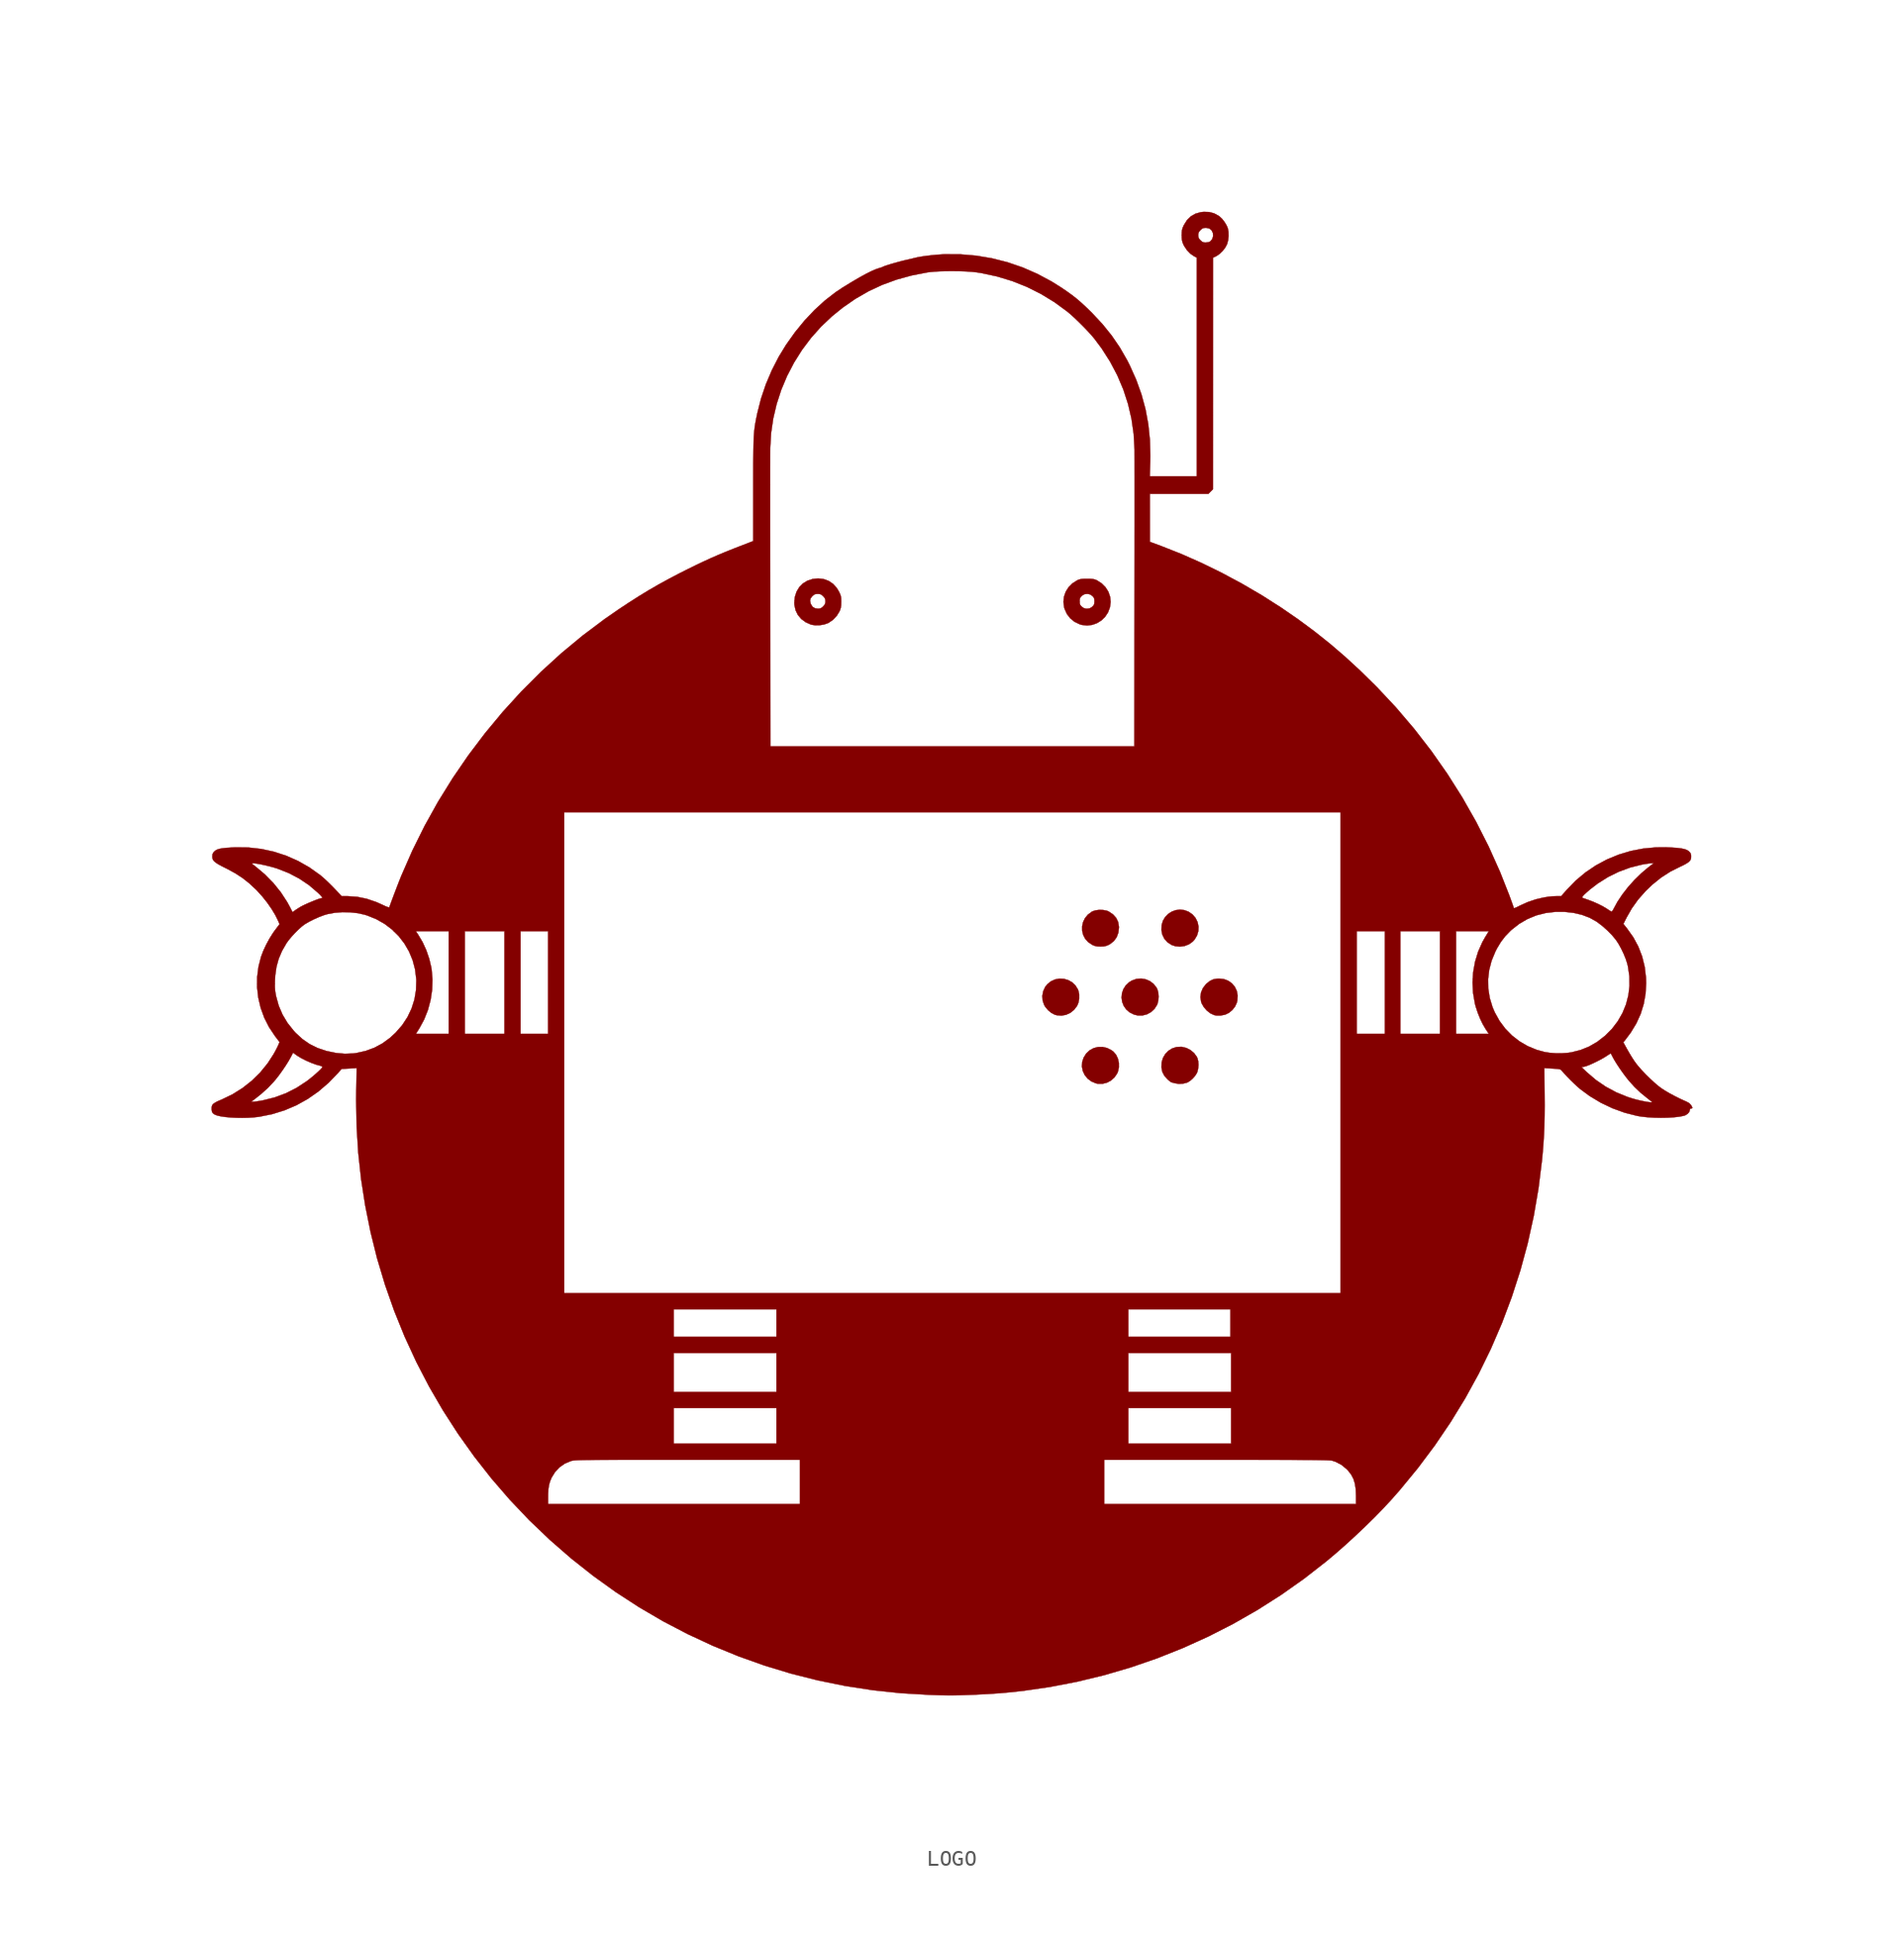
<source format=kicad_sym>
(kicad_symbol_lib
  (version 20220914)
  (generator bitmap2component)
  (symbol "LOGO"
    (pin_names
      (offset 1.016))
    (property "Reference" "#G"
      (at 0 46.179 0)
      (effects (font (size 1.27 1.27)) hide))
    (symbol "LOGO_0_0"
      (polyline (pts (xy 0.046 -46.846) (xy 0.272 -46.843) (xy 0.525 -46.836) (xy 0.824 -46.826) (xy 1.186 -46.813) (xy 1.501 -46.801) (xy 2.303 -46.76) (xy 3.058 -46.708) (xy 3.793 -46.641) (xy 4.537 -46.557) (xy 6.185 -46.319) (xy 7.917 -45.985) (xy 9.629 -45.571) (xy 11.317 -45.076) (xy 12.98 -44.504) (xy 14.613 -43.853) (xy 16.215 -43.127) (xy 17.782 -42.326) (xy 19.31 -41.451) (xy 20.798 -40.504) (xy 22.243 -39.485) (xy 23.64 -38.397) (xy 23.656 -38.384) (xy 24.25 -37.885) (xy 24.867 -37.343) (xy 25.491 -36.772) (xy 26.107 -36.188) (xy 26.699 -35.605) (xy 27.251 -35.039) (xy 27.747 -34.504) (xy 28.293 -33.885) (xy 29.435 -32.498) (xy 30.506 -31.068) (xy 31.503 -29.597) (xy 32.426 -28.087) (xy 33.275 -26.54) (xy 34.048 -24.958) (xy 34.745 -23.342) (xy 35.364 -21.695) (xy 35.906 -20.019) (xy 36.368 -18.316) (xy 36.75 -16.587) (xy 37.051 -14.834) (xy 37.271 -13.06) (xy 37.312 -12.629) (xy 37.36 -12.034) (xy 37.396 -11.451) (xy 37.421 -10.862) (xy 37.435 -10.246) (xy 37.44 -9.586) (xy 37.435 -8.86) (xy 37.416 -7.25) (xy 37.925 -7.278) (xy 38.129 -7.29) (xy 38.28 -7.303) (xy 38.38 -7.32) (xy 38.446 -7.345) (xy 38.494 -7.383) (xy 38.542 -7.438) (xy 38.681 -7.599) (xy 38.871 -7.801) (xy 39.086 -8.019) (xy 39.307 -8.234) (xy 39.515 -8.427) (xy 39.69 -8.577) (xy 40.277 -9.009) (xy 40.979 -9.431) (xy 41.721 -9.784) (xy 42.49 -10.064) (xy 43.276 -10.264) (xy 43.55 -10.31) (xy 43.933 -10.352) (xy 44.348 -10.377) (xy 44.775 -10.386) (xy 45.195 -10.379) (xy 45.59 -10.355) (xy 45.939 -10.315) (xy 46.225 -10.259) (xy 46.317 -10.227) (xy 46.462 -10.137) (xy 46.563 -10.023) (xy 46.602 -9.903) (xy 46.621 -9.82) (xy 46.687 -9.795) (xy 46.731 -9.792) (xy 46.765 -9.768) (xy 46.75 -9.705) (xy 46.684 -9.589) (xy 46.566 -9.46) (xy 46.377 -9.357) (xy 46.3 -9.325) (xy 45.989 -9.183) (xy 45.658 -9.018) (xy 45.333 -8.844) (xy 45.038 -8.672) (xy 44.799 -8.516) (xy 44.624 -8.384) (xy 44.369 -8.168) (xy 44.095 -7.915) (xy 43.82 -7.644) (xy 43.561 -7.371) (xy 43.335 -7.114) (xy 43.161 -6.889) (xy 43.073 -6.761) (xy 42.934 -6.545) (xy 42.791 -6.309) (xy 42.663 -6.087) (xy 42.406 -5.623) (xy 42.511 -5.494) (xy 42.873 -5.011) (xy 43.228 -4.426) (xy 43.501 -3.826) (xy 43.693 -3.206) (xy 43.808 -2.562) (xy 43.846 -1.89) (xy 43.835 -1.529) (xy 43.754 -0.85) (xy 43.593 -0.199) (xy 43.353 0.422) (xy 43.034 1.013) (xy 42.635 1.573) (xy 42.41 1.854) (xy 42.618 2.265) (xy 42.94 2.83) (xy 43.335 3.384) (xy 43.803 3.916) (xy 44.216 4.316) (xy 44.784 4.774) (xy 45.383 5.16) (xy 46.021 5.477) (xy 46.114 5.519) (xy 46.295 5.612) (xy 46.449 5.703) (xy 46.549 5.778) (xy 46.63 5.868) (xy 46.676 5.968) (xy 46.687 6.106) (xy 46.679 6.231) (xy 46.639 6.332) (xy 46.549 6.431) (xy 46.514 6.461) (xy 46.406 6.525) (xy 46.261 6.577) (xy 46.069 6.617) (xy 45.821 6.648) (xy 45.507 6.671) (xy 45.118 6.688) (xy 44.468 6.685) (xy 43.66 6.609) (xy 42.87 6.455) (xy 42.105 6.224) (xy 41.369 5.92) (xy 40.67 5.545) (xy 40.012 5.101) (xy 39.401 4.59) (xy 38.842 4.016) (xy 38.482 3.604) (xy 38.19 3.604) (xy 37.913 3.594) (xy 37.475 3.536) (xy 39.803 3.536) (xy 39.843 3.604) (xy 39.941 3.709) (xy 40.101 3.856) (xy 40.326 4.048) (xy 40.793 4.406) (xy 41.439 4.812) (xy 42.124 5.149) (xy 42.835 5.411) (xy 43.563 5.594) (xy 43.708 5.621) (xy 43.904 5.652) (xy 44.066 5.674) (xy 44.17 5.682) (xy 44.321 5.682) (xy 43.945 5.392) (xy 43.536 5.047) (xy 43.109 4.63) (xy 42.707 4.18) (xy 42.344 3.712) (xy 42.032 3.243) (xy 41.785 2.788) (xy 41.766 2.751) (xy 41.709 2.665) (xy 41.665 2.631) (xy 41.622 2.648) (xy 41.527 2.704) (xy 41.407 2.784) (xy 41.332 2.834) (xy 41.095 2.973) (xy 40.81 3.116) (xy 40.503 3.252) (xy 40.199 3.368) (xy 40.165 3.38) (xy 40.011 3.434) (xy 39.888 3.477) (xy 39.821 3.501) (xy 39.818 3.502) (xy 39.803 3.536) (xy 37.475 3.536) (xy 37.401 3.526) (xy 36.875 3.403) (xy 36.362 3.229) (xy 35.885 3.012) (xy 35.758 2.947) (xy 35.62 2.884) (xy 35.527 2.848) (xy 35.492 2.847) (xy 35.491 2.852) (xy 35.471 2.92) (xy 35.426 3.051) (xy 35.361 3.233) (xy 35.281 3.455) (xy 35.189 3.703) (xy 34.626 5.127) (xy 33.904 6.736) (xy 33.107 8.307) (xy 32.236 9.84) (xy 31.294 11.329) (xy 30.282 12.774) (xy 29.201 14.17) (xy 28.054 15.516) (xy 26.842 16.808) (xy 26.748 16.902) (xy 25.788 17.846) (xy 24.835 18.723) (xy 23.876 19.546) (xy 22.894 20.328) (xy 21.873 21.083) (xy 20.799 21.823) (xy 20.79 21.829) (xy 19.585 22.597) (xy 18.337 23.327) (xy 17.061 24.011) (xy 15.774 24.641) (xy 14.49 25.21) (xy 13.225 25.709) (xy 12.511 25.973) (xy 12.51 27.488) (xy 12.509 29.004) (xy 14.358 29.004) (xy 16.207 29.004) (xy 16.351 29.148) (xy 16.495 29.293) (xy 16.496 36.601) (xy 16.497 43.909) (xy 16.676 43.992) (xy 16.708 44.007) (xy 16.91 44.144) (xy 17.106 44.333) (xy 17.273 44.549) (xy 17.387 44.766) (xy 17.389 44.77) (xy 17.453 45.013) (xy 17.483 45.284) (xy 17.475 45.55) (xy 17.43 45.775) (xy 17.36 45.941) (xy 17.227 46.163) (xy 17.069 46.365) (xy 16.907 46.516) (xy 16.856 46.553) (xy 16.569 46.709) (xy 16.264 46.791) (xy 15.923 46.804) (xy 15.723 46.782) (xy 15.387 46.686) (xy 15.097 46.519) (xy 14.855 46.281) (xy 14.663 45.975) (xy 14.642 45.934) (xy 14.579 45.789) (xy 14.543 45.664) (xy 14.527 45.522) (xy 14.523 45.331) (xy 14.523 45.33) (xy 15.562 45.33) (xy 15.57 45.436) (xy 15.612 45.541) (xy 15.706 45.652) (xy 15.804 45.739) (xy 15.906 45.785) (xy 16.04 45.796) (xy 16.069 45.796) (xy 16.262 45.753) (xy 16.405 45.645) (xy 16.49 45.476) (xy 16.495 45.459) (xy 16.505 45.267) (xy 16.451 45.088) (xy 16.34 44.95) (xy 16.238 44.894) (xy 16.04 44.864) (xy 15.918 44.872) (xy 15.815 44.914) (xy 15.706 45.008) (xy 15.627 45.097) (xy 15.575 45.2) (xy 15.562 45.33) (xy 14.523 45.33) (xy 14.526 45.162) (xy 14.542 45.005) (xy 14.576 44.871) (xy 14.636 44.729) (xy 14.677 44.649) (xy 14.849 44.391) (xy 15.059 44.17) (xy 15.287 44.011) (xy 15.477 43.91) (xy 15.477 37.008) (xy 15.477 30.107) (xy 13.992 30.107) (xy 12.506 30.107) (xy 12.535 31.05) (xy 12.541 31.404) (xy 12.513 32.417) (xy 12.411 33.396) (xy 12.235 34.348) (xy 11.981 35.281) (xy 11.649 36.204) (xy 11.237 37.125) (xy 11.072 37.448) (xy 10.615 38.243) (xy 10.101 38.994) (xy 9.521 39.713) (xy 8.866 40.414) (xy 8.73 40.549) (xy 8.415 40.854) (xy 8.129 41.115) (xy 7.852 41.35) (xy 7.566 41.572) (xy 7.252 41.798) (xy 6.891 42.043) (xy 6.313 42.405) (xy 5.413 42.887) (xy 4.483 43.293) (xy 3.526 43.621) (xy 2.548 43.869) (xy 1.553 44.037) (xy 0.547 44.123) (xy -0.467 44.126) (xy -0.602 44.119) (xy -0.925 44.097) (xy -1.262 44.065) (xy -1.593 44.026) (xy -1.899 43.982) (xy -2.159 43.936) (xy -2.353 43.891) (xy -2.402 43.878) (xy -2.535 43.846) (xy -2.711 43.804) (xy -2.905 43.76) (xy -3.07 43.721) (xy -3.289 43.664) (xy -3.523 43.6) (xy -3.756 43.534) (xy -3.97 43.469) (xy -4.151 43.411) (xy -4.282 43.365) (xy -4.346 43.335) (xy -4.366 43.324) (xy -4.456 43.289) (xy -4.58 43.253) (xy -4.801 43.178) (xy -5.092 43.051) (xy -5.446 42.873) (xy -5.863 42.642) (xy -6.344 42.359) (xy -6.891 42.024) (xy -7.33 41.731) (xy -8.009 41.205) (xy -8.666 40.604) (xy -9.298 39.934) (xy -9.898 39.201) (xy -10.461 38.409) (xy -10.92 37.658) (xy -11.359 36.803) (xy -11.735 35.917) (xy -12.04 35.015) (xy -12.27 34.112) (xy -12.31 33.921) (xy -12.351 33.723) (xy -12.386 33.539) (xy -12.416 33.364) (xy -12.442 33.191) (xy -12.463 33.011) (xy -12.481 32.818) (xy -12.495 32.604) (xy -12.506 32.364) (xy -12.514 32.088) (xy -12.52 31.77) (xy -12.524 31.404) (xy -12.527 30.981) (xy -12.528 30.495) (xy -12.529 29.939) (xy -12.529 29.58) (xy -11.464 29.58) (xy -11.464 30.11) (xy -11.464 30.581) (xy -11.463 30.988) (xy -11.463 31.328) (xy -11.462 31.596) (xy -11.461 31.788) (xy -11.46 31.9) (xy -11.406 32.834) (xy -11.269 33.763) (xy -11.053 34.678) (xy -10.761 35.574) (xy -10.395 36.445) (xy -9.958 37.285) (xy -9.453 38.087) (xy -8.882 38.846) (xy -8.249 39.556) (xy -7.556 40.212) (xy -6.882 40.758) (xy -6.082 41.313) (xy -5.25 41.792) (xy -4.384 42.196) (xy -3.477 42.528) (xy -2.526 42.79) (xy -1.527 42.984) (xy -1.379 43.003) (xy -1.063 43.032) (xy -0.692 43.051) (xy -0.286 43.062) (xy 0.135 43.063) (xy 0.553 43.057) (xy 0.947 43.041) (xy 1.299 43.017) (xy 1.59 42.984) (xy 1.893 42.936) (xy 2.874 42.724) (xy 3.828 42.433) (xy 4.751 42.065) (xy 5.639 41.62) (xy 6.488 41.102) (xy 7.293 40.511) (xy 7.476 40.358) (xy 7.734 40.125) (xy 8.015 39.857) (xy 8.299 39.574) (xy 8.571 39.291) (xy 8.812 39.027) (xy 9.005 38.8) (xy 9.468 38.181) (xy 9.999 37.351) (xy 10.454 36.489) (xy 10.833 35.597) (xy 11.132 34.68) (xy 11.351 33.742) (xy 11.489 32.787) (xy 11.545 31.818) (xy 11.546 31.736) (xy 11.546 31.558) (xy 11.547 31.302) (xy 11.548 30.974) (xy 11.548 30.577) (xy 11.549 30.116) (xy 11.549 29.596) (xy 11.549 29.02) (xy 11.549 28.393) (xy 11.549 27.719) (xy 11.549 27.003) (xy 11.548 26.249) (xy 11.548 25.461) (xy 11.547 24.644) (xy 11.546 23.802) (xy 11.545 22.94) (xy 11.544 22.061) (xy 11.534 13.06) (xy 0.042 13.06) (xy -11.449 13.06) (xy -11.46 22.124) (xy -11.46 22.864) (xy -11.461 23.732) (xy -11.462 24.579) (xy -11.463 25.401) (xy -11.463 26.195) (xy -11.464 26.956) (xy -11.464 27.679) (xy -11.464 28.36) (xy -11.464 28.995) (xy -11.464 29.58) (xy -12.529 29.58) (xy -12.529 29.305) (xy -12.53 26.022) (xy -13.421 25.678) (xy -13.759 25.546) (xy -14.281 25.337) (xy -14.759 25.138) (xy -15.218 24.938) (xy -15.68 24.726) (xy -16.169 24.493) (xy -16.707 24.228) (xy -17.235 23.962) (xy -17.897 23.615) (xy -18.522 23.272) (xy -19.129 22.921) (xy -19.74 22.549) (xy -20.374 22.145) (xy -21.051 21.697) (xy -21.921 21.094) (xy -23.312 20.048) (xy -24.653 18.936) (xy -25.942 17.76) (xy -27.177 16.525) (xy -28.354 15.233) (xy -29.471 13.887) (xy -30.525 12.492) (xy -31.513 11.049) (xy -32.434 9.563) (xy -33.283 8.037) (xy -34.059 6.474) (xy -34.759 4.878) (xy -34.791 4.798) (xy -34.876 4.586) (xy -34.975 4.332) (xy -35.082 4.053) (xy -35.191 3.768) (xy -35.295 3.493) (xy -35.387 3.246) (xy -35.461 3.043) (xy -35.511 2.901) (xy -35.531 2.895) (xy -35.615 2.917) (xy -35.752 2.971) (xy -35.929 3.053) (xy -36.332 3.234) (xy -36.938 3.44) (xy -37.538 3.563) (xy -38.133 3.604) (xy -38.516 3.604) (xy -38.999 4.112) (xy -39.074 4.189) (xy -39.274 4.39) (xy -39.476 4.585) (xy -39.661 4.755) (xy -39.809 4.882) (xy -39.886 4.944) (xy -40.56 5.423) (xy -41.274 5.828) (xy -42.02 6.158) (xy -42.793 6.41) (xy -43.589 6.584) (xy -44.401 6.676) (xy -45.224 6.686) (xy -45.469 6.675) (xy -45.78 6.655) (xy -46.024 6.63) (xy -46.212 6.598) (xy -46.355 6.556) (xy -46.464 6.502) (xy -46.549 6.435) (xy -46.63 6.345) (xy -46.676 6.245) (xy -46.687 6.106) (xy -46.678 6.002) (xy -46.645 5.907) (xy -46.578 5.816) (xy -46.468 5.723) (xy -46.375 5.663) (xy -44.178 5.663) (xy -44.162 5.679) (xy -44.105 5.682) (xy -44.048 5.68) (xy -43.873 5.658) (xy -43.646 5.618) (xy -43.388 5.564) (xy -43.118 5.5) (xy -42.857 5.431) (xy -42.625 5.361) (xy -42.581 5.346) (xy -41.864 5.065) (xy -41.196 4.715) (xy -40.58 4.301) (xy -40.019 3.822) (xy -39.887 3.693) (xy -39.787 3.586) (xy -39.743 3.52) (xy -39.748 3.487) (xy -39.798 3.477) (xy -39.798 3.477) (xy -39.877 3.46) (xy -40.016 3.414) (xy -40.196 3.346) (xy -40.4 3.264) (xy -40.611 3.175) (xy -40.812 3.085) (xy -40.984 3.003) (xy -41.111 2.935) (xy -41.244 2.853) (xy -41.389 2.76) (xy -41.493 2.687) (xy -41.621 2.592) (xy -41.799 2.94) (xy -41.96 3.235) (xy -42.362 3.851) (xy -42.833 4.436) (xy -43.363 4.977) (xy -43.943 5.464) (xy -44.061 5.554) (xy -44.147 5.625) (xy -44.178 5.663) (xy -46.375 5.663) (xy -46.308 5.62) (xy -46.087 5.498) (xy -45.796 5.352) (xy -45.732 5.32) (xy -45.223 5.043) (xy -44.77 4.747) (xy -44.349 4.414) (xy -43.933 4.027) (xy -43.86 3.953) (xy -43.531 3.588) (xy -43.219 3.195) (xy -42.939 2.792) (xy -42.702 2.398) (xy -42.523 2.032) (xy -42.441 1.838) (xy -42.742 1.438) (xy -42.849 1.289) (xy -43.076 0.929) (xy -43.289 0.535) (xy -43.474 0.137) (xy -43.613 -0.233) (xy -43.77 -0.848) (xy -43.854 -1.498) (xy -43.856 -1.943) (xy -42.737 -1.943) (xy -42.73 -1.675) (xy -42.713 -1.395) (xy -42.635 -0.851) (xy -42.494 -0.343) (xy -42.285 0.149) (xy -42 0.643) (xy -42 0.643) (xy -41.862 0.832) (xy -41.68 1.05) (xy -41.472 1.276) (xy -41.256 1.491) (xy -41.052 1.676) (xy -40.877 1.81) (xy -40.839 1.836) (xy -40.579 1.989) (xy -40.27 2.145) (xy -39.943 2.29) (xy -39.627 2.409) (xy -39.403 2.475) (xy -38.964 2.556) (xy -38.488 2.594) (xy -38 2.587) (xy -37.524 2.535) (xy -37.082 2.439) (xy -36.891 2.38) (xy -36.325 2.149) (xy -35.804 1.852) (xy -35.333 1.494) (xy -35.238 1.399) (xy -33.842 1.399) (xy -32.801 1.399) (xy -31.761 1.399) (xy -31.761 -1.845) (xy -31.761 -5.088) (xy -30.743 -5.088) (xy -30.743 -1.845) (xy -30.743 1.399) (xy -29.492 1.399) (xy -28.241 1.399) (xy -28.241 -1.845) (xy -28.241 -5.088) (xy -27.223 -5.088) (xy -27.223 -1.845) (xy -27.223 1.399) (xy -26.354 1.399) (xy -25.485 1.399) (xy -25.485 -1.845) (xy -25.485 -5.088) (xy -26.354 -5.088) (xy -27.223 -5.088) (xy -28.241 -5.088) (xy -29.492 -5.088) (xy -30.743 -5.088) (xy -31.761 -5.088) (xy -32.797 -5.088) (xy -33.833 -5.088) (xy -33.607 -4.729) (xy -33.312 -4.186) (xy -33.073 -3.585) (xy -32.904 -2.953) (xy -32.807 -2.306) (xy -32.785 -1.655) (xy -32.84 -1.014) (xy -32.861 -0.89) (xy -32.988 -0.35) (xy -33.173 0.189) (xy -33.406 0.699) (xy -33.676 1.155) (xy -33.842 1.399) (xy -35.238 1.399) (xy -34.917 1.081) (xy -34.559 0.617) (xy -34.264 0.111) (xy -34.038 -0.434) (xy -33.885 -1.011) (xy -33.81 -1.615) (xy -33.805 -1.712) (xy -33.824 -2.325) (xy -33.924 -2.919) (xy -34.105 -3.488) (xy -34.363 -4.029) (xy -34.698 -4.538) (xy -35.109 -5.009) (xy -35.469 -5.342) (xy -35.946 -5.691) (xy -36.454 -5.964) (xy -36.999 -6.165) (xy -37.591 -6.298) (xy -37.783 -6.324) (xy -38.312 -6.346) (xy -38.867 -6.296) (xy -39.457 -6.174) (xy -39.489 -6.165) (xy -40.04 -5.981) (xy -40.54 -5.733) (xy -40.998 -5.416) (xy -41.424 -5.025) (xy -41.536 -4.904) (xy -41.934 -4.405) (xy -42.253 -3.874) (xy -42.495 -3.308) (xy -42.661 -2.707) (xy -42.697 -2.519) (xy -42.723 -2.338) (xy -42.735 -2.155) (xy -42.737 -1.943) (xy -43.856 -1.943) (xy -43.858 -2.154) (xy -43.783 -2.806) (xy -43.633 -3.446) (xy -43.406 -4.068) (xy -43.106 -4.662) (xy -42.733 -5.22) (xy -42.44 -5.606) (xy -42.529 -5.814) (xy -42.549 -5.857) (xy -42.624 -6.01) (xy -42.72 -6.193) (xy -42.822 -6.376) (xy -43.194 -6.95) (xy -43.66 -7.523) (xy -44.188 -8.042) (xy -44.772 -8.503) (xy -45.405 -8.9) (xy -46.084 -9.229) (xy -46.316 -9.329) (xy -46.4 -9.371) (xy -44.232 -9.371) (xy -43.946 -9.155) (xy -43.611 -8.889) (xy -43.187 -8.508) (xy -42.8 -8.099) (xy -42.688 -7.967) (xy -42.477 -7.697) (xy -42.26 -7.396) (xy -42.051 -7.087) (xy -41.868 -6.794) (xy -41.726 -6.54) (xy -41.589 -6.275) (xy -41.392 -6.419) (xy -41.336 -6.458) (xy -41.079 -6.615) (xy -40.775 -6.77) (xy -40.454 -6.911) (xy -40.143 -7.026) (xy -39.87 -7.101) (xy -39.859 -7.104) (xy -39.769 -7.138) (xy -39.733 -7.178) (xy -39.764 -7.233) (xy -39.852 -7.33) (xy -39.986 -7.46) (xy -40.156 -7.613) (xy -40.35 -7.779) (xy -40.559 -7.949) (xy -40.733 -8.081) (xy -41.367 -8.496) (xy -42.038 -8.836) (xy -42.745 -9.099) (xy -43.485 -9.284) (xy -43.623 -9.31) (xy -43.818 -9.341) (xy -43.98 -9.363) (xy -44.083 -9.371) (xy -44.232 -9.371) (xy -46.4 -9.371) (xy -46.494 -9.418) (xy -46.614 -9.498) (xy -46.685 -9.579) (xy -46.72 -9.669) (xy -46.729 -9.778) (xy -46.726 -9.888) (xy -46.703 -10.012) (xy -46.647 -10.098) (xy -46.542 -10.175) (xy -46.521 -10.187) (xy -46.361 -10.246) (xy -46.132 -10.297) (xy -45.849 -10.337) (xy -45.525 -10.367) (xy -45.175 -10.384) (xy -44.81 -10.39) (xy -44.446 -10.383) (xy -44.096 -10.362) (xy -43.774 -10.326) (xy -43.717 -10.318) (xy -42.906 -10.155) (xy -42.126 -9.913) (xy -41.378 -9.594) (xy -40.665 -9.198) (xy -39.989 -8.727) (xy -39.351 -8.181) (xy -38.754 -7.563) (xy -38.524 -7.302) (xy -38.048 -7.276) (xy -37.571 -7.25) (xy -37.597 -8.681) (xy -37.604 -9.236) (xy -37.575 -10.933) (xy -37.471 -12.604) (xy -37.291 -14.263) (xy -37.032 -15.924) (xy -36.695 -17.598) (xy -36.285 -19.249) (xy -35.782 -20.926) (xy -35.596 -21.456) (xy -24.467 -21.456) (xy -24.467 -6.276) (xy -24.467 8.905) (xy 0.042 8.905) (xy 24.552 8.905) (xy 24.552 -5.088) (xy 25.57 -5.088) (xy 25.57 -1.845) (xy 25.57 1.399) (xy 26.46 1.399) (xy 27.351 1.399) (xy 27.351 -1.845) (xy 27.351 -5.088) (xy 28.326 -5.088) (xy 28.326 -1.845) (xy 28.326 1.399) (xy 29.577 1.399) (xy 30.828 1.399) (xy 30.828 -1.845) (xy 30.828 -5.088) (xy 31.845 -5.088) (xy 31.845 -1.845) (xy 31.845 1.399) (xy 32.881 1.399) (xy 33.916 1.399) (xy 33.672 0.999) (xy 33.504 0.701) (xy 33.238 0.102) (xy 33.045 -0.529) (xy 32.927 -1.182) (xy 32.898 -1.639) (xy 33.866 -1.639) (xy 33.937 -1.048) (xy 34.09 -0.464) (xy 34.326 0.106) (xy 34.43 0.309) (xy 34.674 0.713) (xy 34.947 1.07) (xy 35.27 1.405) (xy 35.349 1.478) (xy 35.832 1.857) (xy 36.355 2.162) (xy 36.913 2.392) (xy 37.504 2.543) (xy 38.122 2.616) (xy 38.699 2.615) (xy 39.266 2.551) (xy 39.795 2.427) (xy 40.279 2.243) (xy 40.708 2.003) (xy 40.75 1.974) (xy 41.078 1.725) (xy 41.402 1.438) (xy 41.697 1.138) (xy 41.938 0.847) (xy 42.102 0.6) (xy 42.272 0.292) (xy 42.431 -0.04) (xy 42.563 -0.366) (xy 42.656 -0.657) (xy 42.7 -0.844) (xy 42.789 -1.456) (xy 42.797 -2.061) (xy 42.725 -2.652) (xy 42.577 -3.225) (xy 42.353 -3.773) (xy 42.057 -4.289) (xy 41.691 -4.769) (xy 41.257 -5.205) (xy 40.758 -5.592) (xy 40.738 -5.605) (xy 40.24 -5.892) (xy 39.707 -6.107) (xy 39.128 -6.254) (xy 38.863 -6.291) (xy 38.503 -6.312) (xy 38.123 -6.31) (xy 37.759 -6.284) (xy 37.443 -6.235) (xy 36.937 -6.096) (xy 36.374 -5.864) (xy 35.852 -5.56) (xy 35.376 -5.19) (xy 34.953 -4.758) (xy 34.588 -4.268) (xy 34.286 -3.725) (xy 34.146 -3.397) (xy 33.971 -2.82) (xy 33.877 -2.232) (xy 33.866 -1.639) (xy 32.898 -1.639) (xy 32.885 -1.847) (xy 32.92 -2.515) (xy 33.035 -3.176) (xy 33.082 -3.357) (xy 33.204 -3.731) (xy 33.354 -4.107) (xy 33.521 -4.458) (xy 33.692 -4.752) (xy 33.913 -5.088) (xy 32.879 -5.088) (xy 31.845 -5.088) (xy 30.828 -5.088) (xy 29.577 -5.088) (xy 28.326 -5.088) (xy 27.351 -5.088) (xy 26.46 -5.088) (xy 25.57 -5.088) (xy 24.552 -5.088) (xy 24.552 -6.276) (xy 24.552 -7.188) (xy 39.765 -7.188) (xy 39.945 -7.157) (xy 39.947 -7.157) (xy 40.078 -7.119) (xy 40.263 -7.048) (xy 40.484 -6.951) (xy 40.72 -6.837) (xy 40.955 -6.717) (xy 41.169 -6.597) (xy 41.343 -6.489) (xy 41.366 -6.473) (xy 41.489 -6.393) (xy 41.579 -6.34) (xy 41.618 -6.325) (xy 41.632 -6.35) (xy 41.677 -6.433) (xy 41.737 -6.551) (xy 41.838 -6.735) (xy 41.992 -6.985) (xy 42.174 -7.26) (xy 42.372 -7.542) (xy 42.571 -7.81) (xy 42.758 -8.044) (xy 43.106 -8.432) (xy 43.489 -8.798) (xy 43.92 -9.148) (xy 43.99 -9.202) (xy 44.112 -9.297) (xy 44.196 -9.367) (xy 44.227 -9.398) (xy 44.227 -9.4) (xy 44.178 -9.411) (xy 44.065 -9.404) (xy 43.9 -9.38) (xy 43.698 -9.343) (xy 43.474 -9.296) (xy 43.243 -9.241) (xy 43.019 -9.18) (xy 42.675 -9.07) (xy 41.97 -8.783) (xy 41.298 -8.423) (xy 40.672 -7.995) (xy 40.099 -7.506) (xy 39.765 -7.188) (xy 24.552 -7.188) (xy 24.552 -21.456) (xy 0.042 -21.456) (xy -24.467 -21.456) (xy -35.596 -21.456) (xy -35.201 -22.577) (xy -34.543 -24.199) (xy -34.536 -24.213) (xy -17.555 -24.213) (xy -17.555 -23.343) (xy -17.555 -22.474) (xy -14.311 -22.474) (xy -11.068 -22.474) (xy -11.068 -23.343) (xy -11.068 -24.213) (xy 11.152 -24.213) (xy 11.152 -23.343) (xy 11.152 -22.474) (xy 14.375 -22.474) (xy 17.598 -22.474) (xy 17.598 -23.343) (xy 17.598 -24.213) (xy 14.375 -24.213) (xy 11.152 -24.213) (xy -11.068 -24.213) (xy -14.311 -24.213) (xy -17.555 -24.213) (xy -34.536 -24.213) (xy -33.808 -25.79) (xy -33 -27.345) (xy -32.8 -27.69) (xy -17.555 -27.69) (xy -17.555 -26.46) (xy -17.555 -25.23) (xy -14.311 -25.23) (xy -11.068 -25.23) (xy -11.068 -26.46) (xy -11.068 -27.69) (xy 11.152 -27.69) (xy 11.152 -26.46) (xy 11.152 -25.23) (xy 14.396 -25.23) (xy 17.64 -25.23) (xy 17.64 -26.46) (xy 17.64 -27.69) (xy 14.396 -27.69) (xy 11.152 -27.69) (xy -11.068 -27.69) (xy -14.311 -27.69) (xy -17.555 -27.69) (xy -32.8 -27.69) (xy -32.119 -28.863) (xy -31.168 -30.339) (xy -30.729 -30.955) (xy -17.555 -30.955) (xy -17.555 -29.831) (xy -17.555 -28.707) (xy -14.311 -28.707) (xy -11.068 -28.707) (xy -11.068 -29.831) (xy -11.068 -30.955) (xy 11.152 -30.955) (xy 11.152 -29.831) (xy 11.152 -28.707) (xy 14.396 -28.707) (xy 17.64 -28.707) (xy 17.64 -29.831) (xy 17.64 -30.955) (xy 14.396 -30.955) (xy 11.152 -30.955) (xy -11.068 -30.955) (xy -14.311 -30.955) (xy -17.555 -30.955) (xy -30.729 -30.955) (xy -30.148 -31.77) (xy -29.061 -33.155) (xy -27.909 -34.488) (xy -27.64 -34.771) (xy -25.485 -34.771) (xy -25.485 -34.311) (xy -25.483 -34.115) (xy -25.465 -33.82) (xy -25.427 -33.572) (xy -25.365 -33.348) (xy -25.273 -33.127) (xy -25.255 -33.087) (xy -25.037 -32.737) (xy -24.761 -32.445) (xy -24.432 -32.217) (xy -24.056 -32.058) (xy -24.053 -32.057) (xy -24.017 -32.046) (xy -23.978 -32.036) (xy -23.933 -32.028) (xy -23.878 -32.019) (xy -23.809 -32.012) (xy -23.722 -32.006) (xy -23.613 -32) (xy -23.479 -31.995) (xy -23.314 -31.991) (xy -23.116 -31.987) (xy -22.881 -31.984) (xy -22.603 -31.981) (xy -22.281 -31.979) (xy -21.909 -31.977) (xy -21.483 -31.976) (xy -21.001 -31.974) (xy -20.457 -31.974) (xy -19.848 -31.973) (xy -19.17 -31.973) (xy -18.419 -31.973) (xy -17.59 -31.973) (xy -16.681 -31.973) (xy -9.583 -31.973) (xy -9.583 -33.372) (xy -9.583 -34.771) (xy 9.626 -34.771) (xy 9.626 -33.372) (xy 9.626 -31.973) (xy 16.718 -31.973) (xy 17.407 -31.973) (xy 18.285 -31.974) (xy 19.084 -31.974) (xy 19.808 -31.975) (xy 20.461 -31.976) (xy 21.045 -31.977) (xy 21.565 -31.979) (xy 22.023 -31.982) (xy 22.424 -31.984) (xy 22.771 -31.987) (xy 23.067 -31.991) (xy 23.317 -31.995) (xy 23.522 -31.999) (xy 23.688 -32.004) (xy 23.817 -32.01) (xy 23.914 -32.016) (xy 23.981 -32.023) (xy 24.022 -32.03) (xy 24.255 -32.108) (xy 24.616 -32.3) (xy 24.937 -32.563) (xy 25.027 -32.657) (xy 25.221 -32.907) (xy 25.363 -33.176) (xy 25.457 -33.48) (xy 25.511 -33.833) (xy 25.527 -34.25) (xy 25.527 -34.771) (xy 17.576 -34.771) (xy 9.626 -34.771) (xy -9.583 -34.771) (xy -17.534 -34.771) (xy -25.485 -34.771) (xy -27.64 -34.771) (xy -26.693 -35.768) (xy -26.665 -35.796) (xy -25.373 -37.032) (xy -24.032 -38.199) (xy -22.643 -39.297) (xy -21.211 -40.326) (xy -19.736 -41.283) (xy -18.223 -42.168) (xy -16.672 -42.979) (xy -15.086 -43.716) (xy -13.468 -44.378) (xy -11.82 -44.964) (xy -10.145 -45.472) (xy -8.445 -45.901) (xy -6.722 -46.251) (xy -4.979 -46.52) (xy -3.218 -46.707) (xy -1.442 -46.812) (xy -1.279 -46.818) (xy -0.929 -46.83) (xy -0.639 -46.839) (xy -0.392 -46.844) (xy -0.169 -46.847) (xy 0.046 -46.846)) (stroke (width 0.01) (type default)) (fill (type outline)))
      (polyline (pts (xy 9.806 -8.166) (xy 10.063 -8.028) (xy 10.282 -7.83) (xy 10.45 -7.58) (xy 10.496 -7.471) (xy 10.556 -7.2) (xy 10.554 -6.919) (xy 10.493 -6.647) (xy 10.377 -6.404) (xy 10.21 -6.211) (xy 10.085 -6.118) (xy 9.809 -5.979) (xy 9.521 -5.913) (xy 9.232 -5.918) (xy 8.956 -5.991) (xy 8.705 -6.129) (xy 8.491 -6.33) (xy 8.327 -6.592) (xy 8.238 -6.866) (xy 8.222 -7.155) (xy 8.278 -7.434) (xy 8.4 -7.692) (xy 8.584 -7.915) (xy 8.822 -8.092) (xy 9.108 -8.211) (xy 9.24 -8.238) (xy 9.526 -8.239) (xy 9.806 -8.166)) (stroke (width 0.01) (type default)) (fill (type outline)))
      (polyline (pts (xy 14.615 -8.229) (xy 14.871 -8.161) (xy 14.88 -8.157) (xy 15.045 -8.057) (xy 15.217 -7.907) (xy 15.371 -7.731) (xy 15.481 -7.557) (xy 15.503 -7.505) (xy 15.559 -7.289) (xy 15.579 -7.046) (xy 15.564 -6.808) (xy 15.511 -6.612) (xy 15.475 -6.537) (xy 15.305 -6.303) (xy 15.078 -6.112) (xy 14.812 -5.975) (xy 14.525 -5.907) (xy 14.495 -5.904) (xy 14.195 -5.919) (xy 13.919 -6.008) (xy 13.678 -6.16) (xy 13.479 -6.366) (xy 13.334 -6.616) (xy 13.252 -6.9) (xy 13.241 -7.209) (xy 13.301 -7.494) (xy 13.431 -7.742) (xy 13.637 -7.967) (xy 13.732 -8.048) (xy 13.819 -8.117) (xy 13.861 -8.143) (xy 13.886 -8.148) (xy 13.974 -8.171) (xy 14.099 -8.205) (xy 14.337 -8.243) (xy 14.615 -8.229)) (stroke (width 0.01) (type default)) (fill (type outline)))
      (polyline (pts (xy 7.219 -3.884) (xy 7.488 -3.76) (xy 7.724 -3.571) (xy 7.915 -3.322) (xy 7.999 -3.122) (xy 8.049 -2.859) (xy 8.048 -2.588) (xy 7.992 -2.345) (xy 7.964 -2.278) (xy 7.809 -2.028) (xy 7.602 -1.832) (xy 7.357 -1.694) (xy 7.088 -1.616) (xy 6.809 -1.6) (xy 6.531 -1.65) (xy 6.268 -1.769) (xy 6.034 -1.957) (xy 5.9 -2.13) (xy 5.777 -2.397) (xy 5.723 -2.686) (xy 5.741 -2.979) (xy 5.834 -3.256) (xy 5.917 -3.395) (xy 6.09 -3.597) (xy 6.293 -3.765) (xy 6.502 -3.874) (xy 6.638 -3.913) (xy 6.931 -3.936) (xy 7.219 -3.884)) (stroke (width 0.01) (type default)) (fill (type outline)))
      (polyline (pts (xy 12.327 -3.853) (xy 12.585 -3.712) (xy 12.803 -3.51) (xy 12.968 -3.251) (xy 12.987 -3.206) (xy 13.044 -2.981) (xy 13.062 -2.726) (xy 13.041 -2.475) (xy 12.98 -2.264) (xy 12.918 -2.149) (xy 12.736 -1.923) (xy 12.504 -1.752) (xy 12.238 -1.641) (xy 11.952 -1.595) (xy 11.661 -1.62) (xy 11.38 -1.72) (xy 11.198 -1.832) (xy 10.986 -2.035) (xy 10.836 -2.272) (xy 10.75 -2.53) (xy 10.725 -2.799) (xy 10.762 -3.065) (xy 10.86 -3.317) (xy 11.018 -3.543) (xy 11.234 -3.731) (xy 11.51 -3.869) (xy 11.747 -3.926) (xy 12.043 -3.927) (xy 12.327 -3.853)) (stroke (width 0.01) (type default)) (fill (type outline)))
      (polyline (pts (xy 17.257 -3.876) (xy 17.272 -3.872) (xy 17.508 -3.757) (xy 17.722 -3.579) (xy 17.893 -3.358) (xy 18.003 -3.115) (xy 18.036 -2.972) (xy 18.054 -2.663) (xy 17.999 -2.376) (xy 17.877 -2.119) (xy 17.697 -1.904) (xy 17.466 -1.738) (xy 17.19 -1.633) (xy 16.877 -1.598) (xy 16.767 -1.602) (xy 16.522 -1.644) (xy 16.31 -1.742) (xy 16.099 -1.907) (xy 16.048 -1.956) (xy 15.858 -2.204) (xy 15.742 -2.479) (xy 15.705 -2.769) (xy 15.748 -3.063) (xy 15.784 -3.164) (xy 15.921 -3.402) (xy 16.111 -3.618) (xy 16.334 -3.792) (xy 16.57 -3.901) (xy 16.712 -3.93) (xy 16.977 -3.931) (xy 17.257 -3.876)) (stroke (width 0.01) (type default)) (fill (type outline)))
      (polyline (pts (xy 9.603 0.434) (xy 9.758 0.468) (xy 9.914 0.534) (xy 9.998 0.58) (xy 10.239 0.77) (xy 10.414 1.012) (xy 10.522 1.301) (xy 10.559 1.632) (xy 10.558 1.675) (xy 10.509 1.972) (xy 10.384 2.232) (xy 10.183 2.455) (xy 9.906 2.641) (xy 9.78 2.691) (xy 9.554 2.732) (xy 9.306 2.738) (xy 9.07 2.707) (xy 8.878 2.641) (xy 8.849 2.625) (xy 8.601 2.443) (xy 8.416 2.22) (xy 8.294 1.968) (xy 8.234 1.699) (xy 8.236 1.425) (xy 8.301 1.16) (xy 8.428 0.915) (xy 8.618 0.702) (xy 8.871 0.534) (xy 8.883 0.528) (xy 9.038 0.464) (xy 9.194 0.433) (xy 9.393 0.424) (xy 9.409 0.424) (xy 9.603 0.434)) (stroke (width 0.01) (type default)) (fill (type outline)))
      (polyline (pts (xy 14.707 0.459) (xy 14.982 0.566) (xy 15.216 0.734) (xy 15.332 0.862) (xy 15.487 1.119) (xy 15.571 1.398) (xy 15.583 1.685) (xy 15.524 1.966) (xy 15.395 2.228) (xy 15.195 2.457) (xy 14.952 2.625) (xy 14.684 2.725) (xy 14.41 2.755) (xy 14.142 2.721) (xy 13.89 2.627) (xy 13.664 2.481) (xy 13.475 2.286) (xy 13.335 2.048) (xy 13.253 1.773) (xy 13.24 1.466) (xy 13.298 1.178) (xy 13.43 0.909) (xy 13.628 0.689) (xy 13.887 0.524) (xy 14.115 0.447) (xy 14.411 0.419) (xy 14.707 0.459)) (stroke (width 0.01) (type default)) (fill (type outline)))
      (polyline (pts (xy -8.345 20.709) (xy -8.073 20.752) (xy -7.836 20.831) (xy -7.748 20.875) (xy -7.484 21.062) (xy -7.257 21.304) (xy -7.09 21.575) (xy -7.043 21.685) (xy -7.003 21.821) (xy -6.982 21.974) (xy -6.977 22.178) (xy -6.977 22.236) (xy -6.982 22.41) (xy -7.002 22.543) (xy -7.044 22.669) (xy -7.115 22.822) (xy -7.257 23.061) (xy -7.49 23.318) (xy -7.768 23.506) (xy -8.086 23.622) (xy -8.438 23.662) (xy -8.787 23.626) (xy -9.112 23.519) (xy -9.393 23.346) (xy -9.623 23.114) (xy -9.795 22.83) (xy -9.902 22.501) (xy -9.926 22.262) (xy -8.945 22.262) (xy -8.91 22.404) (xy -8.803 22.542) (xy -8.699 22.633) (xy -8.598 22.676) (xy -8.46 22.686) (xy -8.324 22.677) (xy -8.223 22.635) (xy -8.116 22.542) (xy -8.036 22.453) (xy -7.985 22.35) (xy -7.972 22.22) (xy -7.98 22.113) (xy -8.022 22.008) (xy -8.116 21.898) (xy -8.211 21.813) (xy -8.313 21.765) (xy -8.446 21.753) (xy -8.633 21.78) (xy -8.784 21.872) (xy -8.888 22.033) (xy -8.912 22.095) (xy -8.945 22.262) (xy -9.926 22.262) (xy -9.939 22.134) (xy -9.932 21.991) (xy -9.86 21.658) (xy -9.715 21.36) (xy -9.502 21.106) (xy -9.226 20.901) (xy -8.893 20.752) (xy -8.858 20.742) (xy -8.618 20.705) (xy -8.345 20.709)) (stroke (width 0.01) (type default)) (fill (type outline)))
      (polyline (pts (xy 8.871 20.731) (xy 9.174 20.839) (xy 9.449 21.01) (xy 9.684 21.238) (xy 9.868 21.515) (xy 9.99 21.837) (xy 9.991 21.841) (xy 10.035 22.181) (xy 9.999 22.513) (xy 9.889 22.826) (xy 9.71 23.109) (xy 9.467 23.352) (xy 9.166 23.543) (xy 9.135 23.558) (xy 9.027 23.6) (xy 8.909 23.625) (xy 8.757 23.637) (xy 8.544 23.64) (xy 8.479 23.64) (xy 8.286 23.635) (xy 8.145 23.619) (xy 8.032 23.59) (xy 7.923 23.543) (xy 7.918 23.541) (xy 7.618 23.349) (xy 7.376 23.105) (xy 7.198 22.822) (xy 7.089 22.508) (xy 7.059 22.22) (xy 8.078 22.22) (xy 8.078 22.271) (xy 8.091 22.391) (xy 8.132 22.476) (xy 8.216 22.562) (xy 8.273 22.609) (xy 8.393 22.67) (xy 8.544 22.686) (xy 8.618 22.683) (xy 8.75 22.649) (xy 8.872 22.562) (xy 8.904 22.533) (xy 8.973 22.451) (xy 9.004 22.359) (xy 9.011 22.22) (xy 9.01 22.169) (xy 8.998 22.048) (xy 8.957 21.963) (xy 8.872 21.877) (xy 8.816 21.831) (xy 8.696 21.77) (xy 8.544 21.753) (xy 8.47 21.756) (xy 8.339 21.79) (xy 8.216 21.877) (xy 8.184 21.906) (xy 8.115 21.988) (xy 8.085 22.08) (xy 8.078 22.22) (xy 7.059 22.22) (xy 7.054 22.176) (xy 7.099 21.837) (xy 7.126 21.742) (xy 7.272 21.419) (xy 7.485 21.144) (xy 7.756 20.924) (xy 8.078 20.77) (xy 8.222 20.728) (xy 8.55 20.692) (xy 8.871 20.731)) (stroke (width 0.01) (type default)) (fill (type outline))))))
</source>
